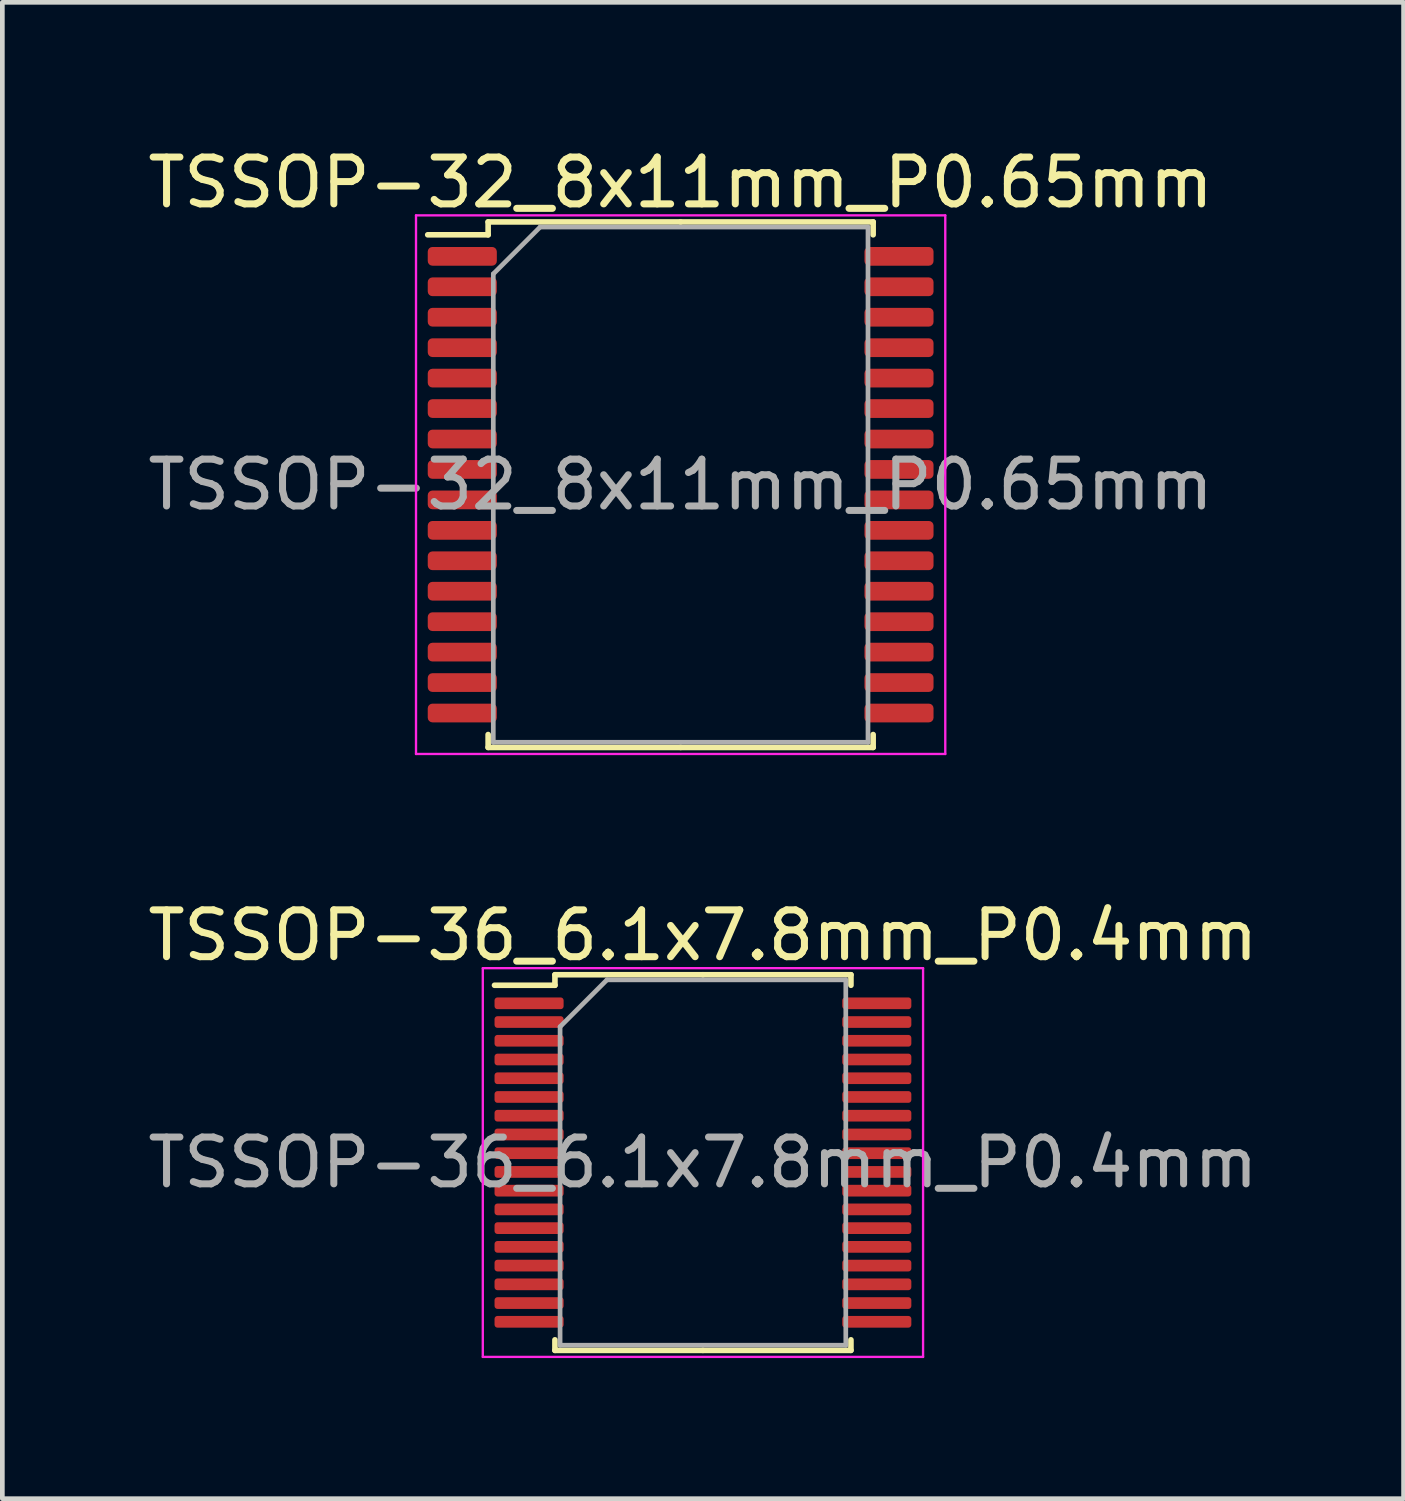
<source format=kicad_pcb>
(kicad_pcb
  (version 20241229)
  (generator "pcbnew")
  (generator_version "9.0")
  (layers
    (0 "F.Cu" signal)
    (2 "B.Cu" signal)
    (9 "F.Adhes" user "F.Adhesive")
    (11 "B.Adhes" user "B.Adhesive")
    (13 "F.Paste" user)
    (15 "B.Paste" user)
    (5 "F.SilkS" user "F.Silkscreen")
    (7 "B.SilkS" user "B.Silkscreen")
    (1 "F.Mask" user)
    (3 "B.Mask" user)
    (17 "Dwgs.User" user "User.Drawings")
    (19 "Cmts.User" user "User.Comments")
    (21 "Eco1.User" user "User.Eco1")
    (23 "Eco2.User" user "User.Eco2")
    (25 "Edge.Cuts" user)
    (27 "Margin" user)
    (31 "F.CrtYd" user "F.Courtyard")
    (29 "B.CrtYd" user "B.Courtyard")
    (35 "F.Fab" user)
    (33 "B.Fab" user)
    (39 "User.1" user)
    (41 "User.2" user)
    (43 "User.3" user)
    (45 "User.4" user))
  (footprint "TSSOP-32_8x11mm_P0.65mm"
    (layer "F.Cu")
    (at 11.482 7.298)
    (property "Reference" "TSSOP-32_8x11mm_P0.65mm" (at 0 -6.45 0) (layer "F.SilkS") (effects (font (size 1 1) (thickness 0.15))))
    (attr smd)
    (fp_line (start -4.11 -5.61) (end -4.11 -5.335) (stroke (width 0.12) (type solid)) (layer "F.SilkS"))
    (fp_line (start -4.11 -5.335) (end -5.4 -5.335) (stroke (width 0.12) (type solid)) (layer "F.SilkS"))
    (fp_line (start -4.11 5.61) (end -4.11 5.335) (stroke (width 0.12) (type solid)) (layer "F.SilkS"))
    (fp_line (start 0 -5.61) (end -4.11 -5.61) (stroke (width 0.12) (type solid)) (layer "F.SilkS"))
    (fp_line (start 0 -5.61) (end 4.11 -5.61) (stroke (width 0.12) (type solid)) (layer "F.SilkS"))
    (fp_line (start 0 5.61) (end -4.11 5.61) (stroke (width 0.12) (type solid)) (layer "F.SilkS"))
    (fp_line (start 0 5.61) (end 4.11 5.61) (stroke (width 0.12) (type solid)) (layer "F.SilkS"))
    (fp_line (start 4.11 -5.61) (end 4.11 -5.335) (stroke (width 0.12) (type solid)) (layer "F.SilkS"))
    (fp_line (start 4.11 5.61) (end 4.11 5.335) (stroke (width 0.12) (type solid)) (layer "F.SilkS"))
    (fp_line (start -5.65 -5.75) (end -5.65 5.75) (stroke (width 0.05) (type solid)) (layer "F.CrtYd"))
    (fp_line (start -5.65 5.75) (end 5.65 5.75) (stroke (width 0.05) (type solid)) (layer "F.CrtYd"))
    (fp_line (start 5.65 -5.75) (end -5.65 -5.75) (stroke (width 0.05) (type solid)) (layer "F.CrtYd"))
    (fp_line (start 5.65 5.75) (end 5.65 -5.75) (stroke (width 0.05) (type solid)) (layer "F.CrtYd"))
    (fp_line (start -4 -4.5) (end -3 -5.5) (stroke (width 0.1) (type solid)) (layer "F.Fab"))
    (fp_line (start -4 5.5) (end -4 -4.5) (stroke (width 0.1) (type solid)) (layer "F.Fab"))
    (fp_line (start -3 -5.5) (end 4 -5.5) (stroke (width 0.1) (type solid)) (layer "F.Fab"))
    (fp_line (start 4 -5.5) (end 4 5.5) (stroke (width 0.1) (type solid)) (layer "F.Fab"))
    (fp_line (start 4 5.5) (end -4 5.5) (stroke (width 0.1) (type solid)) (layer "F.Fab"))
    (fp_text user "${REFERENCE}" (at 0 0 0) (layer "F.Fab") (effects (font (size 1 1) (thickness 0.15))))
    (pad "1" smd roundrect (at -4.662 -4.875) (size 1.475 0.4) (layers "F.Cu" "F.Mask" "F.Paste") (roundrect_rratio 0.25))
    (pad "2" smd roundrect (at -4.662 -4.225) (size 1.475 0.4) (layers "F.Cu" "F.Mask" "F.Paste") (roundrect_rratio 0.25))
    (pad "3" smd roundrect (at -4.662 -3.575) (size 1.475 0.4) (layers "F.Cu" "F.Mask" "F.Paste") (roundrect_rratio 0.25))
    (pad "4" smd roundrect (at -4.662 -2.925) (size 1.475 0.4) (layers "F.Cu" "F.Mask" "F.Paste") (roundrect_rratio 0.25))
    (pad "5" smd roundrect (at -4.662 -2.275) (size 1.475 0.4) (layers "F.Cu" "F.Mask" "F.Paste") (roundrect_rratio 0.25))
    (pad "6" smd roundrect (at -4.662 -1.625) (size 1.475 0.4) (layers "F.Cu" "F.Mask" "F.Paste") (roundrect_rratio 0.25))
    (pad "7" smd roundrect (at -4.662 -0.975) (size 1.475 0.4) (layers "F.Cu" "F.Mask" "F.Paste") (roundrect_rratio 0.25))
    (pad "8" smd roundrect (at -4.662 -0.325) (size 1.475 0.4) (layers "F.Cu" "F.Mask" "F.Paste") (roundrect_rratio 0.25))
    (pad "9" smd roundrect (at -4.662 0.325) (size 1.475 0.4) (layers "F.Cu" "F.Mask" "F.Paste") (roundrect_rratio 0.25))
    (pad "10" smd roundrect (at -4.662 0.975) (size 1.475 0.4) (layers "F.Cu" "F.Mask" "F.Paste") (roundrect_rratio 0.25))
    (pad "11" smd roundrect (at -4.662 1.625) (size 1.475 0.4) (layers "F.Cu" "F.Mask" "F.Paste") (roundrect_rratio 0.25))
    (pad "12" smd roundrect (at -4.662 2.275) (size 1.475 0.4) (layers "F.Cu" "F.Mask" "F.Paste") (roundrect_rratio 0.25))
    (pad "13" smd roundrect (at -4.662 2.925) (size 1.475 0.4) (layers "F.Cu" "F.Mask" "F.Paste") (roundrect_rratio 0.25))
    (pad "14" smd roundrect (at -4.662 3.575) (size 1.475 0.4) (layers "F.Cu" "F.Mask" "F.Paste") (roundrect_rratio 0.25))
    (pad "15" smd roundrect (at -4.662 4.225) (size 1.475 0.4) (layers "F.Cu" "F.Mask" "F.Paste") (roundrect_rratio 0.25))
    (pad "16" smd roundrect (at -4.662 4.875) (size 1.475 0.4) (layers "F.Cu" "F.Mask" "F.Paste") (roundrect_rratio 0.25))
    (pad "17" smd roundrect (at 4.662 4.875) (size 1.475 0.4) (layers "F.Cu" "F.Mask" "F.Paste") (roundrect_rratio 0.25))
    (pad "18" smd roundrect (at 4.662 4.225) (size 1.475 0.4) (layers "F.Cu" "F.Mask" "F.Paste") (roundrect_rratio 0.25))
    (pad "19" smd roundrect (at 4.662 3.575) (size 1.475 0.4) (layers "F.Cu" "F.Mask" "F.Paste") (roundrect_rratio 0.25))
    (pad "20" smd roundrect (at 4.662 2.925) (size 1.475 0.4) (layers "F.Cu" "F.Mask" "F.Paste") (roundrect_rratio 0.25))
    (pad "21" smd roundrect (at 4.662 2.275) (size 1.475 0.4) (layers "F.Cu" "F.Mask" "F.Paste") (roundrect_rratio 0.25))
    (pad "22" smd roundrect (at 4.662 1.625) (size 1.475 0.4) (layers "F.Cu" "F.Mask" "F.Paste") (roundrect_rratio 0.25))
    (pad "23" smd roundrect (at 4.662 0.975) (size 1.475 0.4) (layers "F.Cu" "F.Mask" "F.Paste") (roundrect_rratio 0.25))
    (pad "24" smd roundrect (at 4.662 0.325) (size 1.475 0.4) (layers "F.Cu" "F.Mask" "F.Paste") (roundrect_rratio 0.25))
    (pad "25" smd roundrect (at 4.662 -0.325) (size 1.475 0.4) (layers "F.Cu" "F.Mask" "F.Paste") (roundrect_rratio 0.25))
    (pad "26" smd roundrect (at 4.662 -0.975) (size 1.475 0.4) (layers "F.Cu" "F.Mask" "F.Paste") (roundrect_rratio 0.25))
    (pad "27" smd roundrect (at 4.662 -1.625) (size 1.475 0.4) (layers "F.Cu" "F.Mask" "F.Paste") (roundrect_rratio 0.25))
    (pad "28" smd roundrect (at 4.662 -2.275) (size 1.475 0.4) (layers "F.Cu" "F.Mask" "F.Paste") (roundrect_rratio 0.25))
    (pad "29" smd roundrect (at 4.662 -2.925) (size 1.475 0.4) (layers "F.Cu" "F.Mask" "F.Paste") (roundrect_rratio 0.25))
    (pad "30" smd roundrect (at 4.662 -3.575) (size 1.475 0.4) (layers "F.Cu" "F.Mask" "F.Paste") (roundrect_rratio 0.25))
    (pad "31" smd roundrect (at 4.662 -4.225) (size 1.475 0.4) (layers "F.Cu" "F.Mask" "F.Paste") (roundrect_rratio 0.25))
    (pad "32" smd roundrect (at 4.662 -4.875) (size 1.475 0.4) (layers "F.Cu" "F.Mask" "F.Paste") (roundrect_rratio 0.25)))
  (footprint "TSSOP-36_6.1x7.8mm_P0.4mm"
    (layer "F.Cu")
    (at 11.958 21.771)
    (property "Reference" "TSSOP-36_6.1x7.8mm_P0.4mm" (at 0 -4.85 0) (layer "F.SilkS") (effects (font (size 1 1) (thickness 0.15))))
    (attr smd)
    (fp_line (start -3.16 -4.01) (end -3.16 -3.785) (stroke (width 0.12) (type solid)) (layer "F.SilkS"))
    (fp_line (start -3.16 -3.785) (end -4.45 -3.785) (stroke (width 0.12) (type solid)) (layer "F.SilkS"))
    (fp_line (start -3.16 4.01) (end -3.16 3.785) (stroke (width 0.12) (type solid)) (layer "F.SilkS"))
    (fp_line (start 0 -4.01) (end -3.16 -4.01) (stroke (width 0.12) (type solid)) (layer "F.SilkS"))
    (fp_line (start 0 -4.01) (end 3.16 -4.01) (stroke (width 0.12) (type solid)) (layer "F.SilkS"))
    (fp_line (start 0 4.01) (end -3.16 4.01) (stroke (width 0.12) (type solid)) (layer "F.SilkS"))
    (fp_line (start 0 4.01) (end 3.16 4.01) (stroke (width 0.12) (type solid)) (layer "F.SilkS"))
    (fp_line (start 3.16 -4.01) (end 3.16 -3.785) (stroke (width 0.12) (type solid)) (layer "F.SilkS"))
    (fp_line (start 3.16 4.01) (end 3.16 3.785) (stroke (width 0.12) (type solid)) (layer "F.SilkS"))
    (fp_line (start -4.7 -4.15) (end -4.7 4.15) (stroke (width 0.05) (type solid)) (layer "F.CrtYd"))
    (fp_line (start -4.7 4.15) (end 4.7 4.15) (stroke (width 0.05) (type solid)) (layer "F.CrtYd"))
    (fp_line (start 4.7 -4.15) (end -4.7 -4.15) (stroke (width 0.05) (type solid)) (layer "F.CrtYd"))
    (fp_line (start 4.7 4.15) (end 4.7 -4.15) (stroke (width 0.05) (type solid)) (layer "F.CrtYd"))
    (fp_line (start -3.05 -2.9) (end -2.05 -3.9) (stroke (width 0.1) (type solid)) (layer "F.Fab"))
    (fp_line (start -3.05 3.9) (end -3.05 -2.9) (stroke (width 0.1) (type solid)) (layer "F.Fab"))
    (fp_line (start -2.05 -3.9) (end 3.05 -3.9) (stroke (width 0.1) (type solid)) (layer "F.Fab"))
    (fp_line (start 3.05 -3.9) (end 3.05 3.9) (stroke (width 0.1) (type solid)) (layer "F.Fab"))
    (fp_line (start 3.05 3.9) (end -3.05 3.9) (stroke (width 0.1) (type solid)) (layer "F.Fab"))
    (fp_text user "${REFERENCE}" (at 0 0 0) (layer "F.Fab") (effects (font (size 1 1) (thickness 0.15))))
    (pad "1" smd roundrect (at -3.712 -3.4) (size 1.475 0.25) (layers "F.Cu" "F.Mask" "F.Paste") (roundrect_rratio 0.25))
    (pad "2" smd roundrect (at -3.712 -3) (size 1.475 0.25) (layers "F.Cu" "F.Mask" "F.Paste") (roundrect_rratio 0.25))
    (pad "3" smd roundrect (at -3.712 -2.6) (size 1.475 0.25) (layers "F.Cu" "F.Mask" "F.Paste") (roundrect_rratio 0.25))
    (pad "4" smd roundrect (at -3.712 -2.2) (size 1.475 0.25) (layers "F.Cu" "F.Mask" "F.Paste") (roundrect_rratio 0.25))
    (pad "5" smd roundrect (at -3.712 -1.8) (size 1.475 0.25) (layers "F.Cu" "F.Mask" "F.Paste") (roundrect_rratio 0.25))
    (pad "6" smd roundrect (at -3.712 -1.4) (size 1.475 0.25) (layers "F.Cu" "F.Mask" "F.Paste") (roundrect_rratio 0.25))
    (pad "7" smd roundrect (at -3.712 -1) (size 1.475 0.25) (layers "F.Cu" "F.Mask" "F.Paste") (roundrect_rratio 0.25))
    (pad "8" smd roundrect (at -3.712 -0.6) (size 1.475 0.25) (layers "F.Cu" "F.Mask" "F.Paste") (roundrect_rratio 0.25))
    (pad "9" smd roundrect (at -3.712 -0.2) (size 1.475 0.25) (layers "F.Cu" "F.Mask" "F.Paste") (roundrect_rratio 0.25))
    (pad "10" smd roundrect (at -3.712 0.2) (size 1.475 0.25) (layers "F.Cu" "F.Mask" "F.Paste") (roundrect_rratio 0.25))
    (pad "11" smd roundrect (at -3.712 0.6) (size 1.475 0.25) (layers "F.Cu" "F.Mask" "F.Paste") (roundrect_rratio 0.25))
    (pad "12" smd roundrect (at -3.712 1) (size 1.475 0.25) (layers "F.Cu" "F.Mask" "F.Paste") (roundrect_rratio 0.25))
    (pad "13" smd roundrect (at -3.712 1.4) (size 1.475 0.25) (layers "F.Cu" "F.Mask" "F.Paste") (roundrect_rratio 0.25))
    (pad "14" smd roundrect (at -3.712 1.8) (size 1.475 0.25) (layers "F.Cu" "F.Mask" "F.Paste") (roundrect_rratio 0.25))
    (pad "15" smd roundrect (at -3.712 2.2) (size 1.475 0.25) (layers "F.Cu" "F.Mask" "F.Paste") (roundrect_rratio 0.25))
    (pad "16" smd roundrect (at -3.712 2.6) (size 1.475 0.25) (layers "F.Cu" "F.Mask" "F.Paste") (roundrect_rratio 0.25))
    (pad "17" smd roundrect (at -3.712 3) (size 1.475 0.25) (layers "F.Cu" "F.Mask" "F.Paste") (roundrect_rratio 0.25))
    (pad "18" smd roundrect (at -3.712 3.4) (size 1.475 0.25) (layers "F.Cu" "F.Mask" "F.Paste") (roundrect_rratio 0.25))
    (pad "19" smd roundrect (at 3.712 3.4) (size 1.475 0.25) (layers "F.Cu" "F.Mask" "F.Paste") (roundrect_rratio 0.25))
    (pad "20" smd roundrect (at 3.712 3) (size 1.475 0.25) (layers "F.Cu" "F.Mask" "F.Paste") (roundrect_rratio 0.25))
    (pad "21" smd roundrect (at 3.712 2.6) (size 1.475 0.25) (layers "F.Cu" "F.Mask" "F.Paste") (roundrect_rratio 0.25))
    (pad "22" smd roundrect (at 3.712 2.2) (size 1.475 0.25) (layers "F.Cu" "F.Mask" "F.Paste") (roundrect_rratio 0.25))
    (pad "23" smd roundrect (at 3.712 1.8) (size 1.475 0.25) (layers "F.Cu" "F.Mask" "F.Paste") (roundrect_rratio 0.25))
    (pad "24" smd roundrect (at 3.712 1.4) (size 1.475 0.25) (layers "F.Cu" "F.Mask" "F.Paste") (roundrect_rratio 0.25))
    (pad "25" smd roundrect (at 3.712 1) (size 1.475 0.25) (layers "F.Cu" "F.Mask" "F.Paste") (roundrect_rratio 0.25))
    (pad "26" smd roundrect (at 3.712 0.6) (size 1.475 0.25) (layers "F.Cu" "F.Mask" "F.Paste") (roundrect_rratio 0.25))
    (pad "27" smd roundrect (at 3.712 0.2) (size 1.475 0.25) (layers "F.Cu" "F.Mask" "F.Paste") (roundrect_rratio 0.25))
    (pad "28" smd roundrect (at 3.712 -0.2) (size 1.475 0.25) (layers "F.Cu" "F.Mask" "F.Paste") (roundrect_rratio 0.25))
    (pad "29" smd roundrect (at 3.712 -0.6) (size 1.475 0.25) (layers "F.Cu" "F.Mask" "F.Paste") (roundrect_rratio 0.25))
    (pad "30" smd roundrect (at 3.712 -1) (size 1.475 0.25) (layers "F.Cu" "F.Mask" "F.Paste") (roundrect_rratio 0.25))
    (pad "31" smd roundrect (at 3.712 -1.4) (size 1.475 0.25) (layers "F.Cu" "F.Mask" "F.Paste") (roundrect_rratio 0.25))
    (pad "32" smd roundrect (at 3.712 -1.8) (size 1.475 0.25) (layers "F.Cu" "F.Mask" "F.Paste") (roundrect_rratio 0.25))
    (pad "33" smd roundrect (at 3.712 -2.2) (size 1.475 0.25) (layers "F.Cu" "F.Mask" "F.Paste") (roundrect_rratio 0.25))
    (pad "34" smd roundrect (at 3.712 -2.6) (size 1.475 0.25) (layers "F.Cu" "F.Mask" "F.Paste") (roundrect_rratio 0.25))
    (pad "35" smd roundrect (at 3.712 -3) (size 1.475 0.25) (layers "F.Cu" "F.Mask" "F.Paste") (roundrect_rratio 0.25))
    (pad "36" smd roundrect (at 3.712 -3.4) (size 1.475 0.25) (layers "F.Cu" "F.Mask" "F.Paste") (roundrect_rratio 0.25)))
  (gr_rect
    (start -3 -3)
    (end 26.917 28.947)
    (stroke (width 0.1) (type default))
    (fill no)
    (layer "Edge.Cuts")))
</source>
